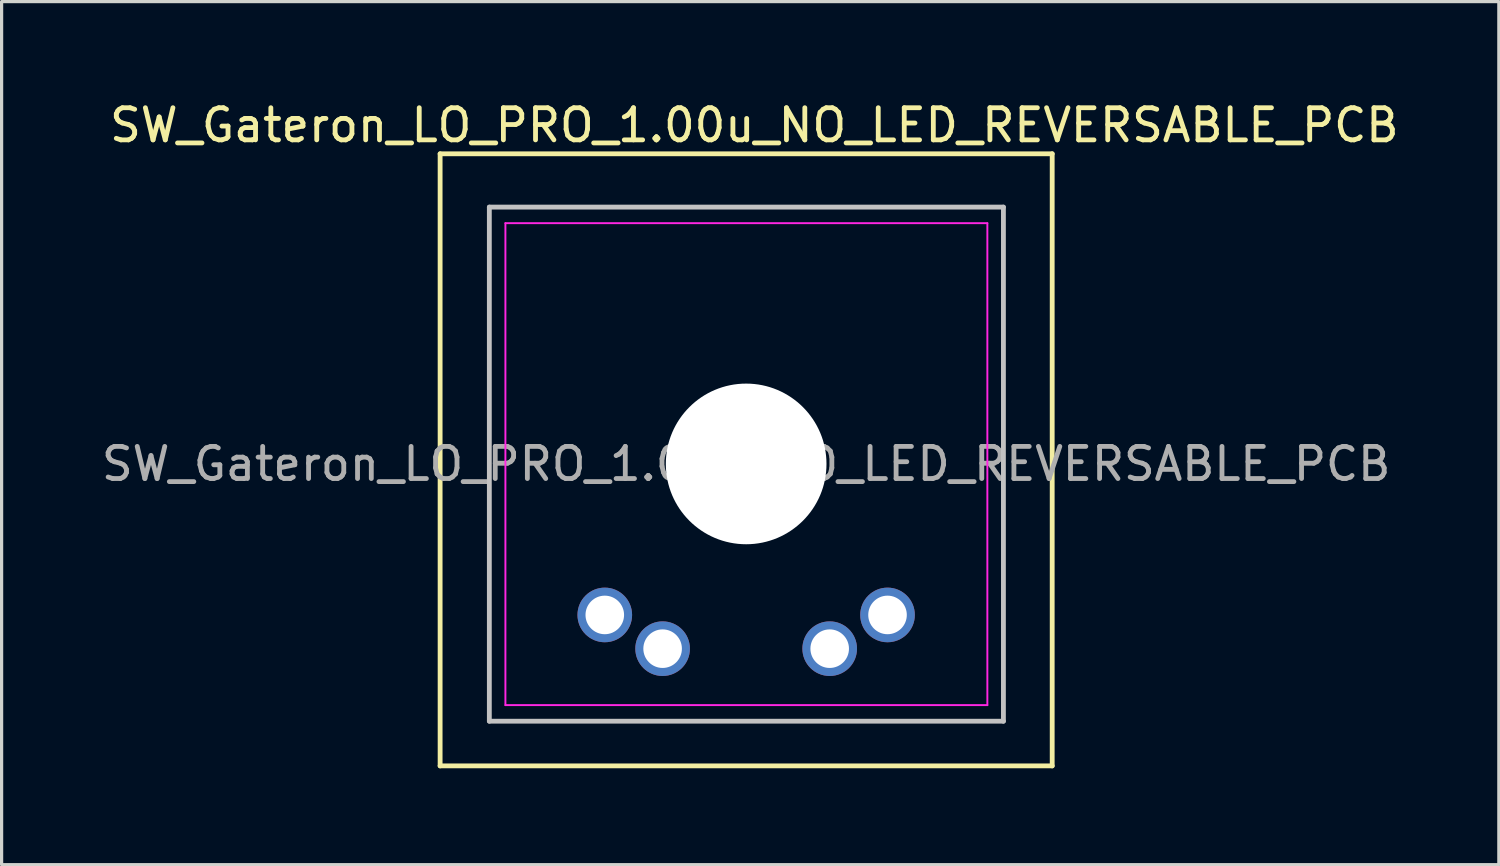
<source format=kicad_pcb>
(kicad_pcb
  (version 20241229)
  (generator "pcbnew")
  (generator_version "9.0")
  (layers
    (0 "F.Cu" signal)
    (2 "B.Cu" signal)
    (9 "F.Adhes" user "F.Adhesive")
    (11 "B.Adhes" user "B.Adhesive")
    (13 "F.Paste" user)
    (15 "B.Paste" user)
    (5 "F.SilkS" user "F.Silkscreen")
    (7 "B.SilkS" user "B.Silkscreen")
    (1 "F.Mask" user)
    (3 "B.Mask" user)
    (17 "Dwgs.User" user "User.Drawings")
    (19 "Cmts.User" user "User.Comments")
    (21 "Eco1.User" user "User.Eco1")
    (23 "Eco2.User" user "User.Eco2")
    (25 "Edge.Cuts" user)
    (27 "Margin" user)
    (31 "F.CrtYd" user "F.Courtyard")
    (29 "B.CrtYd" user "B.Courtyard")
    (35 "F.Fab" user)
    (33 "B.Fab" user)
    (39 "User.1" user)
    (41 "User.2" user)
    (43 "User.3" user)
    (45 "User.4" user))
  (footprint "SW_Gateron_LO_PRO_1.00u_NO_LED_REVERSABLE_PCB"
    (layer "F.Cu")
    (at 20.173 11.389)
    (property "Reference" "SW_Gateron_LO_PRO_1.00u_NO_LED_REVERSABLE_PCB" (at 0.254 -10.541 0) (layer "F.SilkS") (effects (font (size 1 1) (thickness 0.15))))
    (attr through_hole)
    (fp_line (start -9.525 -9.652) (end 9.525 -9.652) (stroke (width 0.15) (type solid)) (layer "F.SilkS"))
    (fp_line (start -9.525 9.398) (end -9.525 -9.652) (stroke (width 0.15) (type solid)) (layer "F.SilkS"))
    (fp_line (start 9.525 -9.652) (end 9.525 9.398) (stroke (width 0.15) (type solid)) (layer "F.SilkS"))
    (fp_line (start 9.525 9.398) (end -9.525 9.398) (stroke (width 0.15) (type solid)) (layer "F.SilkS"))
    (fp_line (start -7.993 8.007) (end -7.993 -7.993) (stroke (width 0.15) (type solid)) (layer "Dwgs.User"))
    (fp_line (start 8.007 -7.993) (end -7.993 -7.993) (stroke (width 0.15) (type solid)) (layer "Dwgs.User"))
    (fp_line (start 8.007 8.007) (end -7.993 8.007) (stroke (width 0.15) (type solid)) (layer "Dwgs.User"))
    (fp_line (start 8.007 8.007) (end 8.007 -7.993) (stroke (width 0.15) (type solid)) (layer "Dwgs.User"))
    (fp_line (start -7.493 -7.493) (end 7.507 -7.493) (stroke (width 0.06) (type solid)) (layer "F.CrtYd"))
    (fp_line (start -7.493 7.507) (end -7.493 -7.493) (stroke (width 0.06) (type solid)) (layer "F.CrtYd"))
    (fp_line (start 7.507 -7.493) (end 7.507 7.507) (stroke (width 0.06) (type solid)) (layer "F.CrtYd"))
    (fp_line (start 7.507 7.507) (end -7.493 7.507) (stroke (width 0.06) (type solid)) (layer "F.CrtYd"))
    (fp_text user "${REFERENCE}" (at 0 0 180) (layer "F.Fab") (effects (font (size 1 1) (thickness 0.15))))
    (pad "" np_thru_hole circle (at 0 0) (size 5 5) (drill 5) (layers "*.Cu" "*.Mask"))
    (pad "1" thru_hole circle (at -2.6 5.75) (size 1.7 1.7) (drill 1.2) (layers "*.Cu" "*.Mask"))
    (pad "1" thru_hole circle (at 2.6 5.75) (size 1.7 1.7) (drill 1.2) (layers "*.Cu" "*.Mask"))
    (pad "2" thru_hole circle (at -4.4 4.7 90) (size 1.7 1.7) (drill 1.2) (layers "*.Cu" "*.Mask"))
    (pad "2" thru_hole circle (at 4.4 4.7 90) (size 1.7 1.7) (drill 1.2) (layers "*.Cu" "*.Mask")))
  (gr_rect
    (start -3 -3)
    (end 43.599 23.862)
    (stroke (width 0.1) (type default))
    (fill no)
    (layer "Edge.Cuts")))
</source>
